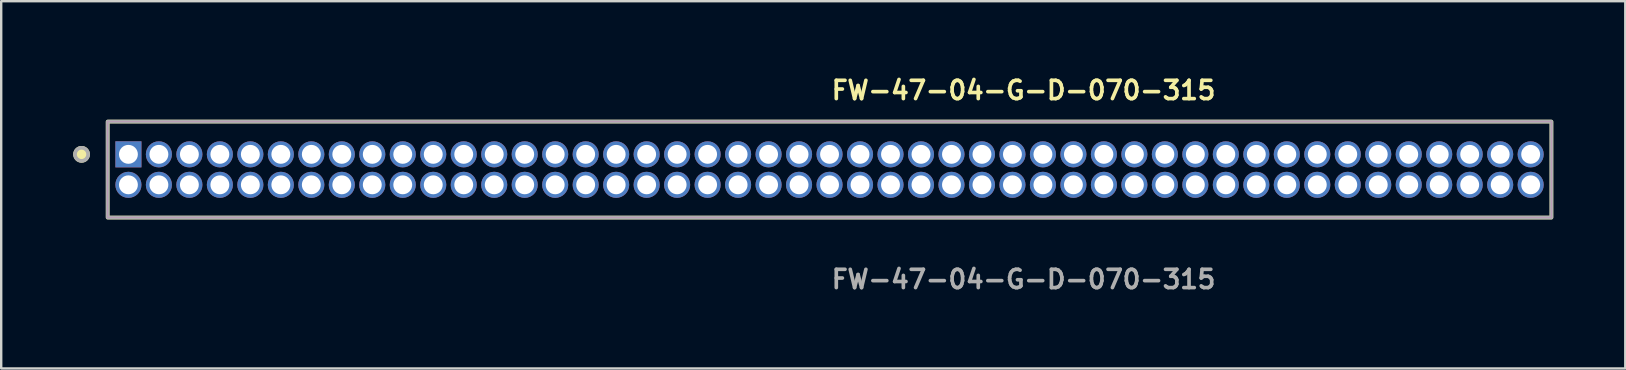
<source format=kicad_pcb>
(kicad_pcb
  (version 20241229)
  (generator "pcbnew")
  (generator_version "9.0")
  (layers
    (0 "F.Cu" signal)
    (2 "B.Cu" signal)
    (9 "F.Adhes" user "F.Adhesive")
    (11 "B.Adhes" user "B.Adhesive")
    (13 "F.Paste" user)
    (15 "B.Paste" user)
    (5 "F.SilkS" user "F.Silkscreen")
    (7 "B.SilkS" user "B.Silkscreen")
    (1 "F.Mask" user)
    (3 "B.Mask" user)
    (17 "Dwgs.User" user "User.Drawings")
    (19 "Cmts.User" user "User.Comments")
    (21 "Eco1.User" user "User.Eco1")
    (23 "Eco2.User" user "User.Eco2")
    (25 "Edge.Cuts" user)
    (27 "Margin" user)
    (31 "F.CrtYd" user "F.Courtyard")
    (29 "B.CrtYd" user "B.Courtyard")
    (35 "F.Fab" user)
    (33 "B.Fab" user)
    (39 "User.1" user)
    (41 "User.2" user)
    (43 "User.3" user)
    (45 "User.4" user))
  (footprint "FW-47-04-G-D-070-315"
    (layer "F.Cu")
    (at 31.51 4.015)
    (property "Reference" "FW-47-04-G-D-070-315" (at 0 -3.302 0) (unlocked yes) (layer "F.SilkS") (effects (font (size 0.762 0.762) (thickness 0.152)) (justify left)))
    (fp_rect (start -30.075 2) (end 30.075 -2) (stroke (width 0.152) (type solid)) (fill no) (layer "F.SilkS"))
    (fp_circle (center -31.162 -0.635) (end -31.434 -0.635) (stroke (width 0.152) (type solid)) (fill yes) (layer "F.SilkS"))
    (fp_rect (start -30.075 2) (end 30.075 -2) (stroke (width 0.006) (type solid)) (fill no) (layer "F.CrtYd"))
    (fp_rect (start -30.075 2) (end 30.075 -2) (stroke (width 0.152) (type solid)) (fill no) (layer "F.Fab"))
    (fp_circle (center -31.162 -0.635) (end -31.434 -0.635) (stroke (width 0.152) (type solid)) (fill no) (layer "F.Fab"))
    (fp_text user "${REFERENCE}" (at 0 4.572 0) (unlocked yes) (layer "F.Fab") (effects (font (size 0.762 0.762) (thickness 0.152)) (justify left)))
    (pad "1" thru_hole rect (at -29.21 -0.635) (size 1.087 1.087) (drill 0.787) (layers "*.Cu" "*.Mask"))
    (pad "2" thru_hole circle (at -29.21 0.635) (size 1.087 1.087) (drill 0.787) (layers "*.Cu" "*.Mask"))
    (pad "3" thru_hole circle (at -27.94 -0.635) (size 1.087 1.087) (drill 0.787) (layers "*.Cu" "*.Mask"))
    (pad "4" thru_hole circle (at -27.94 0.635) (size 1.087 1.087) (drill 0.787) (layers "*.Cu" "*.Mask"))
    (pad "5" thru_hole circle (at -26.67 -0.635) (size 1.087 1.087) (drill 0.787) (layers "*.Cu" "*.Mask"))
    (pad "6" thru_hole circle (at -26.67 0.635) (size 1.087 1.087) (drill 0.787) (layers "*.Cu" "*.Mask"))
    (pad "7" thru_hole circle (at -25.4 -0.635) (size 1.087 1.087) (drill 0.787) (layers "*.Cu" "*.Mask"))
    (pad "8" thru_hole circle (at -25.4 0.635) (size 1.087 1.087) (drill 0.787) (layers "*.Cu" "*.Mask"))
    (pad "9" thru_hole circle (at -24.13 -0.635) (size 1.087 1.087) (drill 0.787) (layers "*.Cu" "*.Mask"))
    (pad "10" thru_hole circle (at -24.13 0.635) (size 1.087 1.087) (drill 0.787) (layers "*.Cu" "*.Mask"))
    (pad "11" thru_hole circle (at -22.86 -0.635) (size 1.087 1.087) (drill 0.787) (layers "*.Cu" "*.Mask"))
    (pad "12" thru_hole circle (at -22.86 0.635) (size 1.087 1.087) (drill 0.787) (layers "*.Cu" "*.Mask"))
    (pad "13" thru_hole circle (at -21.59 -0.635) (size 1.087 1.087) (drill 0.787) (layers "*.Cu" "*.Mask"))
    (pad "14" thru_hole circle (at -21.59 0.635) (size 1.087 1.087) (drill 0.787) (layers "*.Cu" "*.Mask"))
    (pad "15" thru_hole circle (at -20.32 -0.635) (size 1.087 1.087) (drill 0.787) (layers "*.Cu" "*.Mask"))
    (pad "16" thru_hole circle (at -20.32 0.635) (size 1.087 1.087) (drill 0.787) (layers "*.Cu" "*.Mask"))
    (pad "17" thru_hole circle (at -19.05 -0.635) (size 1.087 1.087) (drill 0.787) (layers "*.Cu" "*.Mask"))
    (pad "18" thru_hole circle (at -19.05 0.635) (size 1.087 1.087) (drill 0.787) (layers "*.Cu" "*.Mask"))
    (pad "19" thru_hole circle (at -17.78 -0.635) (size 1.087 1.087) (drill 0.787) (layers "*.Cu" "*.Mask"))
    (pad "20" thru_hole circle (at -17.78 0.635) (size 1.087 1.087) (drill 0.787) (layers "*.Cu" "*.Mask"))
    (pad "21" thru_hole circle (at -16.51 -0.635) (size 1.087 1.087) (drill 0.787) (layers "*.Cu" "*.Mask"))
    (pad "22" thru_hole circle (at -16.51 0.635) (size 1.087 1.087) (drill 0.787) (layers "*.Cu" "*.Mask"))
    (pad "23" thru_hole circle (at -15.24 -0.635) (size 1.087 1.087) (drill 0.787) (layers "*.Cu" "*.Mask"))
    (pad "24" thru_hole circle (at -15.24 0.635) (size 1.087 1.087) (drill 0.787) (layers "*.Cu" "*.Mask"))
    (pad "25" thru_hole circle (at -13.97 -0.635) (size 1.087 1.087) (drill 0.787) (layers "*.Cu" "*.Mask"))
    (pad "26" thru_hole circle (at -13.97 0.635) (size 1.087 1.087) (drill 0.787) (layers "*.Cu" "*.Mask"))
    (pad "27" thru_hole circle (at -12.7 -0.635) (size 1.087 1.087) (drill 0.787) (layers "*.Cu" "*.Mask"))
    (pad "28" thru_hole circle (at -12.7 0.635) (size 1.087 1.087) (drill 0.787) (layers "*.Cu" "*.Mask"))
    (pad "29" thru_hole circle (at -11.43 -0.635) (size 1.087 1.087) (drill 0.787) (layers "*.Cu" "*.Mask"))
    (pad "30" thru_hole circle (at -11.43 0.635) (size 1.087 1.087) (drill 0.787) (layers "*.Cu" "*.Mask"))
    (pad "31" thru_hole circle (at -10.16 -0.635) (size 1.087 1.087) (drill 0.787) (layers "*.Cu" "*.Mask"))
    (pad "32" thru_hole circle (at -10.16 0.635) (size 1.087 1.087) (drill 0.787) (layers "*.Cu" "*.Mask"))
    (pad "33" thru_hole circle (at -8.89 -0.635) (size 1.087 1.087) (drill 0.787) (layers "*.Cu" "*.Mask"))
    (pad "34" thru_hole circle (at -8.89 0.635) (size 1.087 1.087) (drill 0.787) (layers "*.Cu" "*.Mask"))
    (pad "35" thru_hole circle (at -7.62 -0.635) (size 1.087 1.087) (drill 0.787) (layers "*.Cu" "*.Mask"))
    (pad "36" thru_hole circle (at -7.62 0.635) (size 1.087 1.087) (drill 0.787) (layers "*.Cu" "*.Mask"))
    (pad "37" thru_hole circle (at -6.35 -0.635) (size 1.087 1.087) (drill 0.787) (layers "*.Cu" "*.Mask"))
    (pad "38" thru_hole circle (at -6.35 0.635) (size 1.087 1.087) (drill 0.787) (layers "*.Cu" "*.Mask"))
    (pad "39" thru_hole circle (at -5.08 -0.635) (size 1.087 1.087) (drill 0.787) (layers "*.Cu" "*.Mask"))
    (pad "40" thru_hole circle (at -5.08 0.635) (size 1.087 1.087) (drill 0.787) (layers "*.Cu" "*.Mask"))
    (pad "41" thru_hole circle (at -3.81 -0.635) (size 1.087 1.087) (drill 0.787) (layers "*.Cu" "*.Mask"))
    (pad "42" thru_hole circle (at -3.81 0.635) (size 1.087 1.087) (drill 0.787) (layers "*.Cu" "*.Mask"))
    (pad "43" thru_hole circle (at -2.54 -0.635) (size 1.087 1.087) (drill 0.787) (layers "*.Cu" "*.Mask"))
    (pad "44" thru_hole circle (at -2.54 0.635) (size 1.087 1.087) (drill 0.787) (layers "*.Cu" "*.Mask"))
    (pad "45" thru_hole circle (at -1.27 -0.635) (size 1.087 1.087) (drill 0.787) (layers "*.Cu" "*.Mask"))
    (pad "46" thru_hole circle (at -1.27 0.635) (size 1.087 1.087) (drill 0.787) (layers "*.Cu" "*.Mask"))
    (pad "47" thru_hole circle (at 0 -0.635) (size 1.087 1.087) (drill 0.787) (layers "*.Cu" "*.Mask"))
    (pad "48" thru_hole circle (at 0 0.635) (size 1.087 1.087) (drill 0.787) (layers "*.Cu" "*.Mask"))
    (pad "49" thru_hole circle (at 1.27 -0.635) (size 1.087 1.087) (drill 0.787) (layers "*.Cu" "*.Mask"))
    (pad "50" thru_hole circle (at 1.27 0.635) (size 1.087 1.087) (drill 0.787) (layers "*.Cu" "*.Mask"))
    (pad "51" thru_hole circle (at 2.54 -0.635) (size 1.087 1.087) (drill 0.787) (layers "*.Cu" "*.Mask"))
    (pad "52" thru_hole circle (at 2.54 0.635) (size 1.087 1.087) (drill 0.787) (layers "*.Cu" "*.Mask"))
    (pad "53" thru_hole circle (at 3.81 -0.635) (size 1.087 1.087) (drill 0.787) (layers "*.Cu" "*.Mask"))
    (pad "54" thru_hole circle (at 3.81 0.635) (size 1.087 1.087) (drill 0.787) (layers "*.Cu" "*.Mask"))
    (pad "55" thru_hole circle (at 5.08 -0.635) (size 1.087 1.087) (drill 0.787) (layers "*.Cu" "*.Mask"))
    (pad "56" thru_hole circle (at 5.08 0.635) (size 1.087 1.087) (drill 0.787) (layers "*.Cu" "*.Mask"))
    (pad "57" thru_hole circle (at 6.35 -0.635) (size 1.087 1.087) (drill 0.787) (layers "*.Cu" "*.Mask"))
    (pad "58" thru_hole circle (at 6.35 0.635) (size 1.087 1.087) (drill 0.787) (layers "*.Cu" "*.Mask"))
    (pad "59" thru_hole circle (at 7.62 -0.635) (size 1.087 1.087) (drill 0.787) (layers "*.Cu" "*.Mask"))
    (pad "60" thru_hole circle (at 7.62 0.635) (size 1.087 1.087) (drill 0.787) (layers "*.Cu" "*.Mask"))
    (pad "61" thru_hole circle (at 8.89 -0.635) (size 1.087 1.087) (drill 0.787) (layers "*.Cu" "*.Mask"))
    (pad "62" thru_hole circle (at 8.89 0.635) (size 1.087 1.087) (drill 0.787) (layers "*.Cu" "*.Mask"))
    (pad "63" thru_hole circle (at 10.16 -0.635) (size 1.087 1.087) (drill 0.787) (layers "*.Cu" "*.Mask"))
    (pad "64" thru_hole circle (at 10.16 0.635) (size 1.087 1.087) (drill 0.787) (layers "*.Cu" "*.Mask"))
    (pad "65" thru_hole circle (at 11.43 -0.635) (size 1.087 1.087) (drill 0.787) (layers "*.Cu" "*.Mask"))
    (pad "66" thru_hole circle (at 11.43 0.635) (size 1.087 1.087) (drill 0.787) (layers "*.Cu" "*.Mask"))
    (pad "67" thru_hole circle (at 12.7 -0.635) (size 1.087 1.087) (drill 0.787) (layers "*.Cu" "*.Mask"))
    (pad "68" thru_hole circle (at 12.7 0.635) (size 1.087 1.087) (drill 0.787) (layers "*.Cu" "*.Mask"))
    (pad "69" thru_hole circle (at 13.97 -0.635) (size 1.087 1.087) (drill 0.787) (layers "*.Cu" "*.Mask"))
    (pad "70" thru_hole circle (at 13.97 0.635) (size 1.087 1.087) (drill 0.787) (layers "*.Cu" "*.Mask"))
    (pad "71" thru_hole circle (at 15.24 -0.635) (size 1.087 1.087) (drill 0.787) (layers "*.Cu" "*.Mask"))
    (pad "72" thru_hole circle (at 15.24 0.635) (size 1.087 1.087) (drill 0.787) (layers "*.Cu" "*.Mask"))
    (pad "73" thru_hole circle (at 16.51 -0.635) (size 1.087 1.087) (drill 0.787) (layers "*.Cu" "*.Mask"))
    (pad "74" thru_hole circle (at 16.51 0.635) (size 1.087 1.087) (drill 0.787) (layers "*.Cu" "*.Mask"))
    (pad "75" thru_hole circle (at 17.78 -0.635) (size 1.087 1.087) (drill 0.787) (layers "*.Cu" "*.Mask"))
    (pad "76" thru_hole circle (at 17.78 0.635) (size 1.087 1.087) (drill 0.787) (layers "*.Cu" "*.Mask"))
    (pad "77" thru_hole circle (at 19.05 -0.635) (size 1.087 1.087) (drill 0.787) (layers "*.Cu" "*.Mask"))
    (pad "78" thru_hole circle (at 19.05 0.635) (size 1.087 1.087) (drill 0.787) (layers "*.Cu" "*.Mask"))
    (pad "79" thru_hole circle (at 20.32 -0.635) (size 1.087 1.087) (drill 0.787) (layers "*.Cu" "*.Mask"))
    (pad "80" thru_hole circle (at 20.32 0.635) (size 1.087 1.087) (drill 0.787) (layers "*.Cu" "*.Mask"))
    (pad "81" thru_hole circle (at 21.59 -0.635) (size 1.087 1.087) (drill 0.787) (layers "*.Cu" "*.Mask"))
    (pad "82" thru_hole circle (at 21.59 0.635) (size 1.087 1.087) (drill 0.787) (layers "*.Cu" "*.Mask"))
    (pad "83" thru_hole circle (at 22.86 -0.635) (size 1.087 1.087) (drill 0.787) (layers "*.Cu" "*.Mask"))
    (pad "84" thru_hole circle (at 22.86 0.635) (size 1.087 1.087) (drill 0.787) (layers "*.Cu" "*.Mask"))
    (pad "85" thru_hole circle (at 24.13 -0.635) (size 1.087 1.087) (drill 0.787) (layers "*.Cu" "*.Mask"))
    (pad "86" thru_hole circle (at 24.13 0.635) (size 1.087 1.087) (drill 0.787) (layers "*.Cu" "*.Mask"))
    (pad "87" thru_hole circle (at 25.4 -0.635) (size 1.087 1.087) (drill 0.787) (layers "*.Cu" "*.Mask"))
    (pad "88" thru_hole circle (at 25.4 0.635) (size 1.087 1.087) (drill 0.787) (layers "*.Cu" "*.Mask"))
    (pad "89" thru_hole circle (at 26.67 -0.635) (size 1.087 1.087) (drill 0.787) (layers "*.Cu" "*.Mask"))
    (pad "90" thru_hole circle (at 26.67 0.635) (size 1.087 1.087) (drill 0.787) (layers "*.Cu" "*.Mask"))
    (pad "91" thru_hole circle (at 27.94 -0.635) (size 1.087 1.087) (drill 0.787) (layers "*.Cu" "*.Mask"))
    (pad "92" thru_hole circle (at 27.94 0.635) (size 1.087 1.087) (drill 0.787) (layers "*.Cu" "*.Mask"))
    (pad "93" thru_hole circle (at 29.21 -0.635) (size 1.087 1.087) (drill 0.787) (layers "*.Cu" "*.Mask"))
    (pad "94" thru_hole circle (at 29.21 0.635) (size 1.087 1.087) (drill 0.787) (layers "*.Cu" "*.Mask")))
  (gr_rect
    (start -3 -3)
    (end 64.662 12.3)
    (stroke (width 0.1) (type default))
    (fill no)
    (layer "Edge.Cuts")))
</source>
